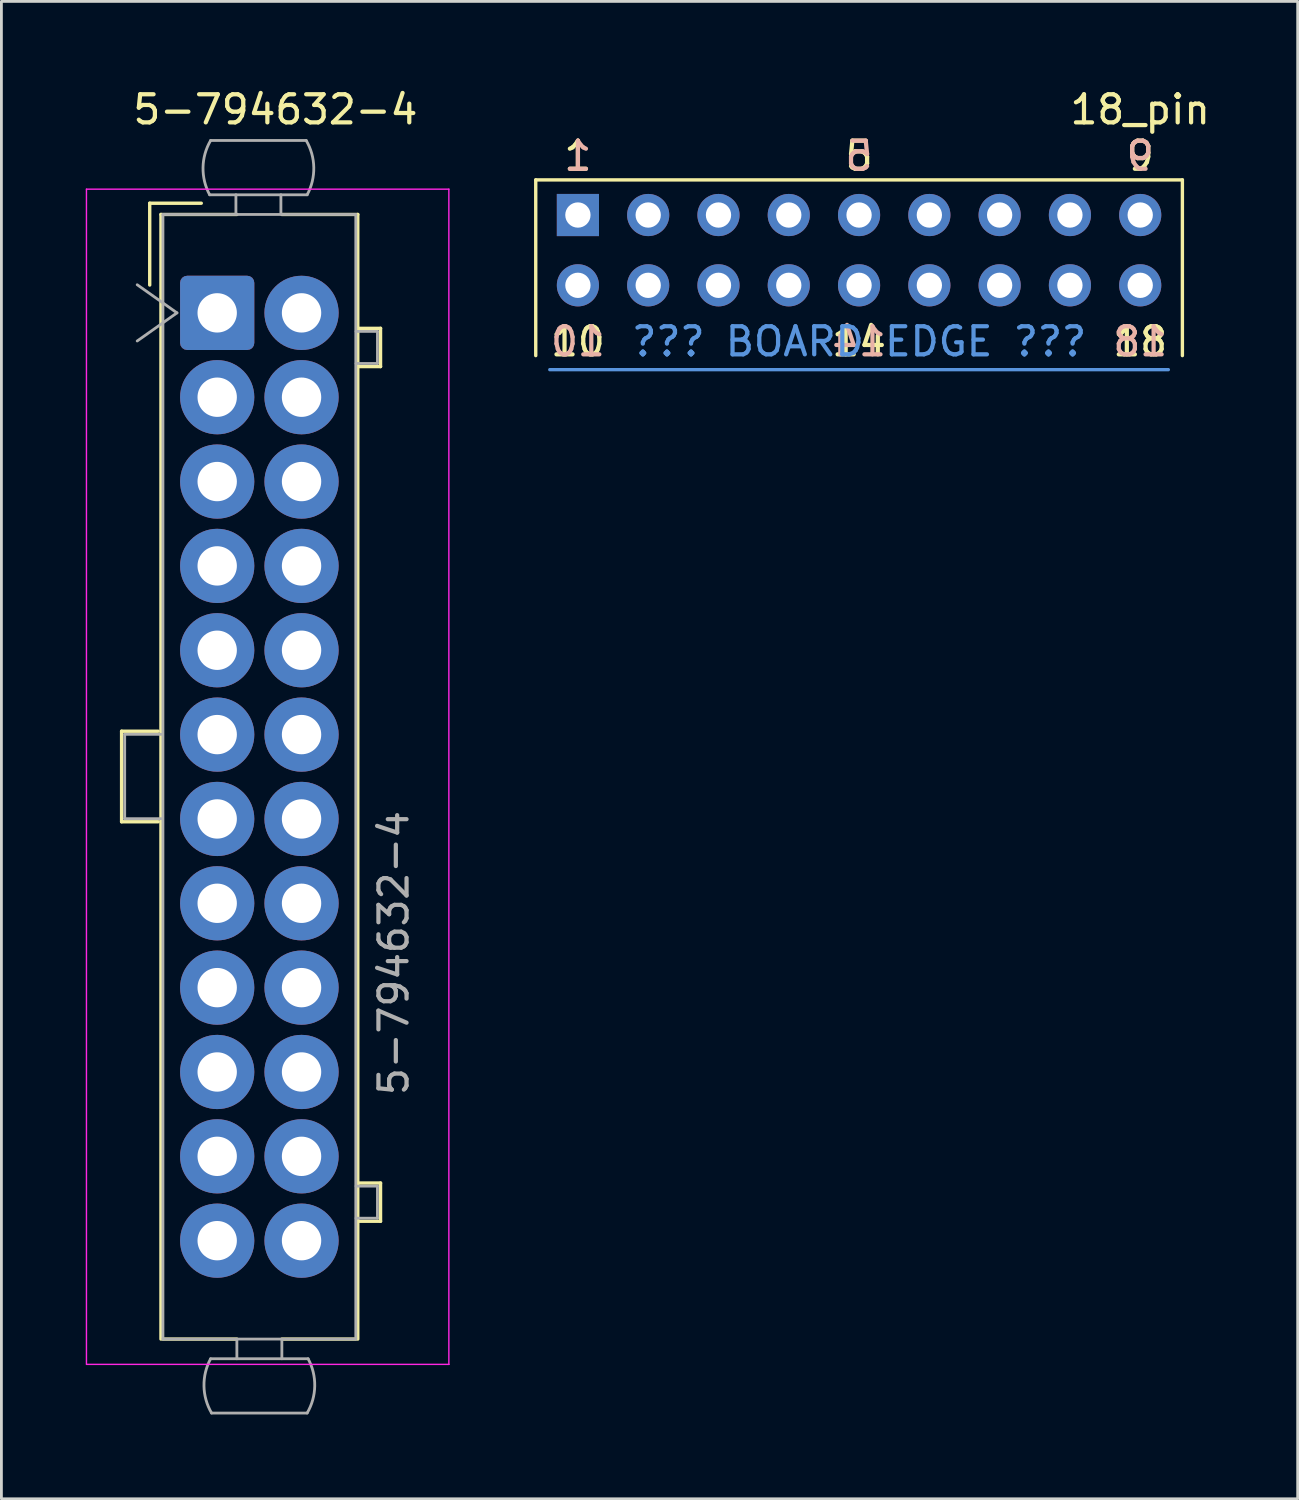
<source format=kicad_pcb>
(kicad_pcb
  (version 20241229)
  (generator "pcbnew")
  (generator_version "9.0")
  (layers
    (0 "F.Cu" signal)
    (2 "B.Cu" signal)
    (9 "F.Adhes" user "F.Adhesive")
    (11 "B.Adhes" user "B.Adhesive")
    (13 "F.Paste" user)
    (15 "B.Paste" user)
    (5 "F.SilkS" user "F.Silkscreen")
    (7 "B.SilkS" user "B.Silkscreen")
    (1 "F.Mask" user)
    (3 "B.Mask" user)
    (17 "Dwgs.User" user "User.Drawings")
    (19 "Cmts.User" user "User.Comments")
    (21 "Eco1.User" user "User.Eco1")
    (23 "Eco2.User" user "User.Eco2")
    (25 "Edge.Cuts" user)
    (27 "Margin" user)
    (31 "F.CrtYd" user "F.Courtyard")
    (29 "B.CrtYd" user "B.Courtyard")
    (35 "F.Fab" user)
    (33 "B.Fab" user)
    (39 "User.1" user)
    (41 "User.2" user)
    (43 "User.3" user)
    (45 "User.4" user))
  (footprint "18_pin"
    (layer "F.Cu")
    (at 17.505 4.598)
    (property "Reference" "18_pin" (at 20 -3.75 0) (unlocked yes) (layer "F.SilkS") (effects (font (size 1 1) (thickness 0.15))))
    (attr through_hole)
    (fp_line (start -1.5 -1.25) (end -1.5 5) (stroke (width 0.12) (type solid)) (layer "F.SilkS"))
    (fp_line (start 21.5 -1.25) (end -1.5 -1.25) (stroke (width 0.12) (type solid)) (layer "F.SilkS"))
    (fp_line (start 21.5 5) (end 21.5 -1.25) (stroke (width 0.12) (type solid)) (layer "F.SilkS"))
    (fp_line (start -1 5.5) (end 21 5.5) (stroke (width 0.12) (type solid)) (layer "Cmts.User"))
    (fp_text user "18" (at 20 4.5 0) (unlocked yes) (layer "F.SilkS") (effects (font (size 1 1) (thickness 0.15))))
    (fp_text user "10" (at 0 4.5 0) (unlocked yes) (layer "F.SilkS") (effects (font (size 1 1) (thickness 0.15))))
    (fp_text user "1" (at 0 -2.1 0) (unlocked yes) (layer "F.SilkS") (effects (font (size 1 1) (thickness 0.15))))
    (fp_text user "9" (at 20 -2.1 0) (unlocked yes) (layer "F.SilkS") (effects (font (size 1 1) (thickness 0.15))))
    (fp_text user "14" (at 10 4.5 0) (unlocked yes) (layer "F.SilkS") (effects (font (size 1 1) (thickness 0.15))))
    (fp_text user "5" (at 10 -2.1 0) (unlocked yes) (layer "F.SilkS") (effects (font (size 1 1) (thickness 0.15))))
    (fp_text user "18" (at 20 4.5 0) (unlocked yes) (layer "B.SilkS") (effects (font (size 1 1) (thickness 0.15)) (justify mirror)))
    (fp_text user "10" (at 0 4.5 0) (unlocked yes) (layer "B.SilkS") (effects (font (size 1 1) (thickness 0.15)) (justify mirror)))
    (fp_text user "1" (at 0 -2.1 0) (unlocked yes) (layer "B.SilkS") (effects (font (size 1 1) (thickness 0.15)) (justify mirror)))
    (fp_text user "5" (at 10 -2.1 0) (unlocked yes) (layer "B.SilkS") (effects (font (size 1 1) (thickness 0.15)) (justify mirror)))
    (fp_text user "9" (at 20 -2.1 0) (unlocked yes) (layer "B.SilkS") (effects (font (size 1 1) (thickness 0.15)) (justify mirror)))
    (fp_text user "14" (at 10 4.5 0) (unlocked yes) (layer "B.SilkS") (effects (font (size 1 1) (thickness 0.15)) (justify mirror)))
    (fp_text user "??? BOARD EDGE ???" (at 10 4.5 0) (unlocked yes) (layer "Cmts.User") (effects (font (size 1 1) (thickness 0.15))))
    (pad "1" thru_hole rect (at 0 0) (size 1.5 1.5) (drill 0.9) (layers "*.Cu" "*.Mask"))
    (pad "2" thru_hole circle (at 2.5 0) (size 1.5 1.5) (drill 0.9) (layers "*.Cu" "*.Mask"))
    (pad "3" thru_hole circle (at 5 0) (size 1.5 1.5) (drill 0.9) (layers "*.Cu" "*.Mask"))
    (pad "4" thru_hole circle (at 7.5 0) (size 1.5 1.5) (drill 0.9) (layers "*.Cu" "*.Mask"))
    (pad "5" thru_hole circle (at 10 0) (size 1.5 1.5) (drill 0.9) (layers "*.Cu" "*.Mask"))
    (pad "6" thru_hole circle (at 12.5 0) (size 1.5 1.5) (drill 0.9) (layers "*.Cu" "*.Mask"))
    (pad "7" thru_hole circle (at 15 0) (size 1.5 1.5) (drill 0.9) (layers "*.Cu" "*.Mask"))
    (pad "8" thru_hole circle (at 17.5 0) (size 1.5 1.5) (drill 0.9) (layers "*.Cu" "*.Mask"))
    (pad "9" thru_hole circle (at 20 0) (size 1.5 1.5) (drill 0.9) (layers "*.Cu" "*.Mask"))
    (pad "10" thru_hole circle (at 0 2.5) (size 1.5 1.5) (drill 0.9) (layers "*.Cu" "*.Mask"))
    (pad "11" thru_hole circle (at 2.5 2.5) (size 1.5 1.5) (drill 0.9) (layers "*.Cu" "*.Mask"))
    (pad "12" thru_hole circle (at 5 2.5) (size 1.5 1.5) (drill 0.9) (layers "*.Cu" "*.Mask"))
    (pad "13" thru_hole circle (at 7.5 2.5) (size 1.5 1.5) (drill 0.9) (layers "*.Cu" "*.Mask"))
    (pad "14" thru_hole circle (at 10 2.5) (size 1.5 1.5) (drill 0.9) (layers "*.Cu" "*.Mask"))
    (pad "15" thru_hole circle (at 12.5 2.5) (size 1.5 1.5) (drill 0.9) (layers "*.Cu" "*.Mask"))
    (pad "16" thru_hole circle (at 15 2.5) (size 1.5 1.5) (drill 0.9) (layers "*.Cu" "*.Mask"))
    (pad "17" thru_hole circle (at 17.5 2.5) (size 1.5 1.5) (drill 0.9) (layers "*.Cu" "*.Mask"))
    (pad "18" thru_hole circle (at 20 2.5) (size 1.5 1.5) (drill 0.9) (layers "*.Cu" "*.Mask")))
  (footprint "5-794632-4"
    (layer "F.Cu")
    (at 6.175 24.578)
    (property "Reference" "5-794632-4" (at 0.57 -23.73 0) (layer "F.SilkS") (effects (font (size 1 1) (thickness 0.15))))
    (attr through_hole)
    (fp_line (start -4.9 -1.62) (end -4.9 1.6) (stroke (width 0.12) (type solid)) (layer "F.SilkS"))
    (fp_line (start -4.9 1.6) (end -3.6 1.6) (stroke (width 0.12) (type solid)) (layer "F.SilkS"))
    (fp_line (start -3.9 -20.4) (end -3.9 -17.49) (stroke (width 0.12) (type solid)) (layer "F.SilkS"))
    (fp_line (start -3.6 -1.62) (end -4.9 -1.62) (stroke (width 0.12) (type solid)) (layer "F.SilkS"))
    (fp_line (start -3.5 -20) (end -3.5 20) (stroke (width 0.12) (type solid)) (layer "F.SilkS"))
    (fp_line (start -3.43 20) (end -0.8 20) (stroke (width 0.12) (type solid)) (layer "F.SilkS"))
    (fp_line (start -2.066 -20.4) (end -3.9 -20.4) (stroke (width 0.12) (type solid)) (layer "F.SilkS"))
    (fp_line (start -0.8 -20) (end -3.5 -20) (stroke (width 0.12) (type solid)) (layer "F.SilkS"))
    (fp_line (start 0.8 -20) (end 3.5 -20) (stroke (width 0.12) (type solid)) (layer "F.SilkS"))
    (fp_line (start 3.43 20) (end 0.8 20) (stroke (width 0.12) (type solid)) (layer "F.SilkS"))
    (fp_line (start 3.5 -20) (end 3.5 20) (stroke (width 0.12) (type solid)) (layer "F.SilkS"))
    (fp_line (start 3.55 -15.95) (end 4.31 -15.95) (stroke (width 0.12) (type solid)) (layer "F.SilkS"))
    (fp_line (start 3.55 14.45) (end 4.31 14.45) (stroke (width 0.12) (type solid)) (layer "F.SilkS"))
    (fp_line (start 4.31 -15.95) (end 4.31 -14.59) (stroke (width 0.12) (type solid)) (layer "F.SilkS"))
    (fp_line (start 4.31 -14.59) (end 3.55 -14.59) (stroke (width 0.12) (type solid)) (layer "F.SilkS"))
    (fp_line (start 4.31 14.45) (end 4.31 15.81) (stroke (width 0.12) (type solid)) (layer "F.SilkS"))
    (fp_line (start 4.31 15.81) (end 3.55 15.81) (stroke (width 0.12) (type solid)) (layer "F.SilkS"))
    (fp_line (start -6.15 -20.9) (end -6.15 20.9) (stroke (width 0.05) (type solid)) (layer "F.CrtYd"))
    (fp_line (start -6.145 20.9) (end 6.745 20.9) (stroke (width 0.05) (type solid)) (layer "F.CrtYd"))
    (fp_line (start 6.74 -20.9) (end -6.15 -20.9) (stroke (width 0.05) (type solid)) (layer "F.CrtYd"))
    (fp_line (start 6.74 20.9) (end 6.74 -20.9) (stroke (width 0.05) (type solid)) (layer "F.CrtYd"))
    (fp_line (start -4.79 -1.51) (end -4.79 1.49) (stroke (width 0.1) (type solid)) (layer "F.Fab"))
    (fp_line (start -4.79 1.49) (end -3.49 1.49) (stroke (width 0.1) (type solid)) (layer "F.Fab"))
    (fp_line (start -4.345 -17.5) (end -2.931 -16.5) (stroke (width 0.1) (type solid)) (layer "F.Fab"))
    (fp_line (start -3.49 -1.51) (end -4.79 -1.51) (stroke (width 0.1) (type solid)) (layer "F.Fab"))
    (fp_line (start -3.43 -20) (end -3.43 20) (stroke (width 0.1) (type solid)) (layer "F.Fab"))
    (fp_line (start -3.43 20) (end 3.43 20) (stroke (width 0.1) (type solid)) (layer "F.Fab"))
    (fp_line (start -2.931 -16.5) (end -4.345 -15.5) (stroke (width 0.1) (type solid)) (layer "F.Fab"))
    (fp_line (start -0.834 -20.04) (end -0.834 -20.7) (stroke (width 0.1) (type solid)) (layer "F.Fab"))
    (fp_line (start -0.8 20.04) (end -0.8 20.7) (stroke (width 0.1) (type solid)) (layer "F.Fab"))
    (fp_line (start 0.766 -20.04) (end 0.766 -20.7) (stroke (width 0.1) (type solid)) (layer "F.Fab"))
    (fp_line (start 0.8 20.04) (end 0.8 20.7) (stroke (width 0.1) (type solid)) (layer "F.Fab"))
    (fp_line (start 1.666 -22.631) (end -1.734 -22.631) (stroke (width 0.1) (type solid)) (layer "F.Fab"))
    (fp_line (start 1.7 22.631) (end -1.7 22.631) (stroke (width 0.1) (type solid)) (layer "F.Fab"))
    (fp_line (start 1.7 -20.7) (end -1.768 -20.7) (stroke (width 0.1) (type solid)) (layer "F.Fab"))
    (fp_line (start 1.734 20.7) (end -1.734 20.7) (stroke (width 0.1) (type solid)) (layer "F.Fab"))
    (fp_line (start 3.43 -20) (end -3.43 -20) (stroke (width 0.1) (type solid)) (layer "F.Fab"))
    (fp_line (start 3.43 20) (end 3.43 -20) (stroke (width 0.1) (type solid)) (layer "F.Fab"))
    (fp_line (start 3.44 -15.84) (end 4.2 -15.84) (stroke (width 0.1) (type solid)) (layer "F.Fab"))
    (fp_line (start 3.44 14.56) (end 4.2 14.56) (stroke (width 0.1) (type solid)) (layer "F.Fab"))
    (fp_line (start 4.2 -15.84) (end 4.2 -14.7) (stroke (width 0.1) (type solid)) (layer "F.Fab"))
    (fp_line (start 4.2 -14.7) (end 3.44 -14.7) (stroke (width 0.1) (type solid)) (layer "F.Fab"))
    (fp_line (start 4.2 14.56) (end 4.2 15.7) (stroke (width 0.1) (type solid)) (layer "F.Fab"))
    (fp_line (start 4.2 15.7) (end 3.44 15.7) (stroke (width 0.1) (type solid)) (layer "F.Fab"))
    (fp_arc (start -1.767954 -20.7) (mid -2.003667 -21.669992) (end -1.733649 -22.631) (stroke (width 0.1) (type solid)) (layer "F.Fab"))
    (fp_arc (start -1.699672 22.631) (mid -1.969689 21.669992) (end -1.733977 20.7) (stroke (width 0.1) (type solid)) (layer "F.Fab"))
    (fp_arc (start 1.665695 -22.631) (mid 1.935712 -21.669992) (end 1.7 -20.7) (stroke (width 0.1) (type solid)) (layer "F.Fab"))
    (fp_arc (start 1.733977 20.7) (mid 1.96969 21.669992) (end 1.699672 22.631) (stroke (width 0.1) (type solid)) (layer "F.Fab"))
    (fp_text user "${REFERENCE}" (at 4.78 6.27 90) (layer "F.Fab") (effects (font (size 1 1) (thickness 0.15))))
    (pad "1" thru_hole roundrect (at -1.5 -16.5) (size 2.64 2.64) (drill 1.4) (layers "*.Cu" "*.Mask") (roundrect_rratio 0.095))
    (pad "2" thru_hole circle (at -1.5 -13.5) (size 2.64 2.64) (drill 1.4) (layers "*.Cu" "*.Mask"))
    (pad "3" thru_hole circle (at -1.5 -10.5) (size 2.64 2.64) (drill 1.4) (layers "*.Cu" "*.Mask"))
    (pad "4" thru_hole circle (at -1.5 -7.5) (size 2.64 2.64) (drill 1.4) (layers "*.Cu" "*.Mask"))
    (pad "5" thru_hole circle (at -1.5 -4.5) (size 2.64 2.64) (drill 1.4) (layers "*.Cu" "*.Mask"))
    (pad "6" thru_hole circle (at -1.5 -1.5) (size 2.64 2.64) (drill 1.4) (layers "*.Cu" "*.Mask"))
    (pad "7" thru_hole circle (at -1.5 1.5) (size 2.64 2.64) (drill 1.4) (layers "*.Cu" "*.Mask"))
    (pad "8" thru_hole circle (at -1.5 4.5) (size 2.64 2.64) (drill 1.4) (layers "*.Cu" "*.Mask"))
    (pad "9" thru_hole circle (at -1.5 7.5) (size 2.64 2.64) (drill 1.4) (layers "*.Cu" "*.Mask"))
    (pad "10" thru_hole circle (at -1.5 10.5) (size 2.64 2.64) (drill 1.4) (layers "*.Cu" "*.Mask"))
    (pad "11" thru_hole circle (at -1.5 13.5) (size 2.64 2.64) (drill 1.4) (layers "*.Cu" "*.Mask"))
    (pad "12" thru_hole circle (at -1.5 16.5) (size 2.64 2.64) (drill 1.4) (layers "*.Cu" "*.Mask"))
    (pad "13" thru_hole circle (at 1.5 -16.5) (size 2.64 2.64) (drill 1.4) (layers "*.Cu" "*.Mask"))
    (pad "14" thru_hole circle (at 1.5 -13.5) (size 2.64 2.64) (drill 1.4) (layers "*.Cu" "*.Mask"))
    (pad "15" thru_hole circle (at 1.5 -10.5) (size 2.64 2.64) (drill 1.4) (layers "*.Cu" "*.Mask"))
    (pad "16" thru_hole circle (at 1.5 -7.5) (size 2.64 2.64) (drill 1.4) (layers "*.Cu" "*.Mask"))
    (pad "17" thru_hole circle (at 1.5 -4.5) (size 2.64 2.64) (drill 1.4) (layers "*.Cu" "*.Mask"))
    (pad "18" thru_hole circle (at 1.5 -1.5) (size 2.64 2.64) (drill 1.4) (layers "*.Cu" "*.Mask"))
    (pad "19" thru_hole circle (at 1.5 1.5) (size 2.64 2.64) (drill 1.4) (layers "*.Cu" "*.Mask"))
    (pad "20" thru_hole circle (at 1.5 4.5) (size 2.64 2.64) (drill 1.4) (layers "*.Cu" "*.Mask"))
    (pad "21" thru_hole circle (at 1.5 7.5) (size 2.64 2.64) (drill 1.4) (layers "*.Cu" "*.Mask"))
    (pad "22" thru_hole circle (at 1.5 10.5) (size 2.64 2.64) (drill 1.4) (layers "*.Cu" "*.Mask"))
    (pad "23" thru_hole circle (at 1.5 13.5) (size 2.64 2.64) (drill 1.4) (layers "*.Cu" "*.Mask"))
    (pad "24" thru_hole circle (at 1.5 16.5) (size 2.64 2.64) (drill 1.4) (layers "*.Cu" "*.Mask")))
  (gr_rect
    (start -3 -3)
    (end 43.106 50.259)
    (stroke (width 0.1) (type default))
    (fill no)
    (layer "Edge.Cuts")))
</source>
